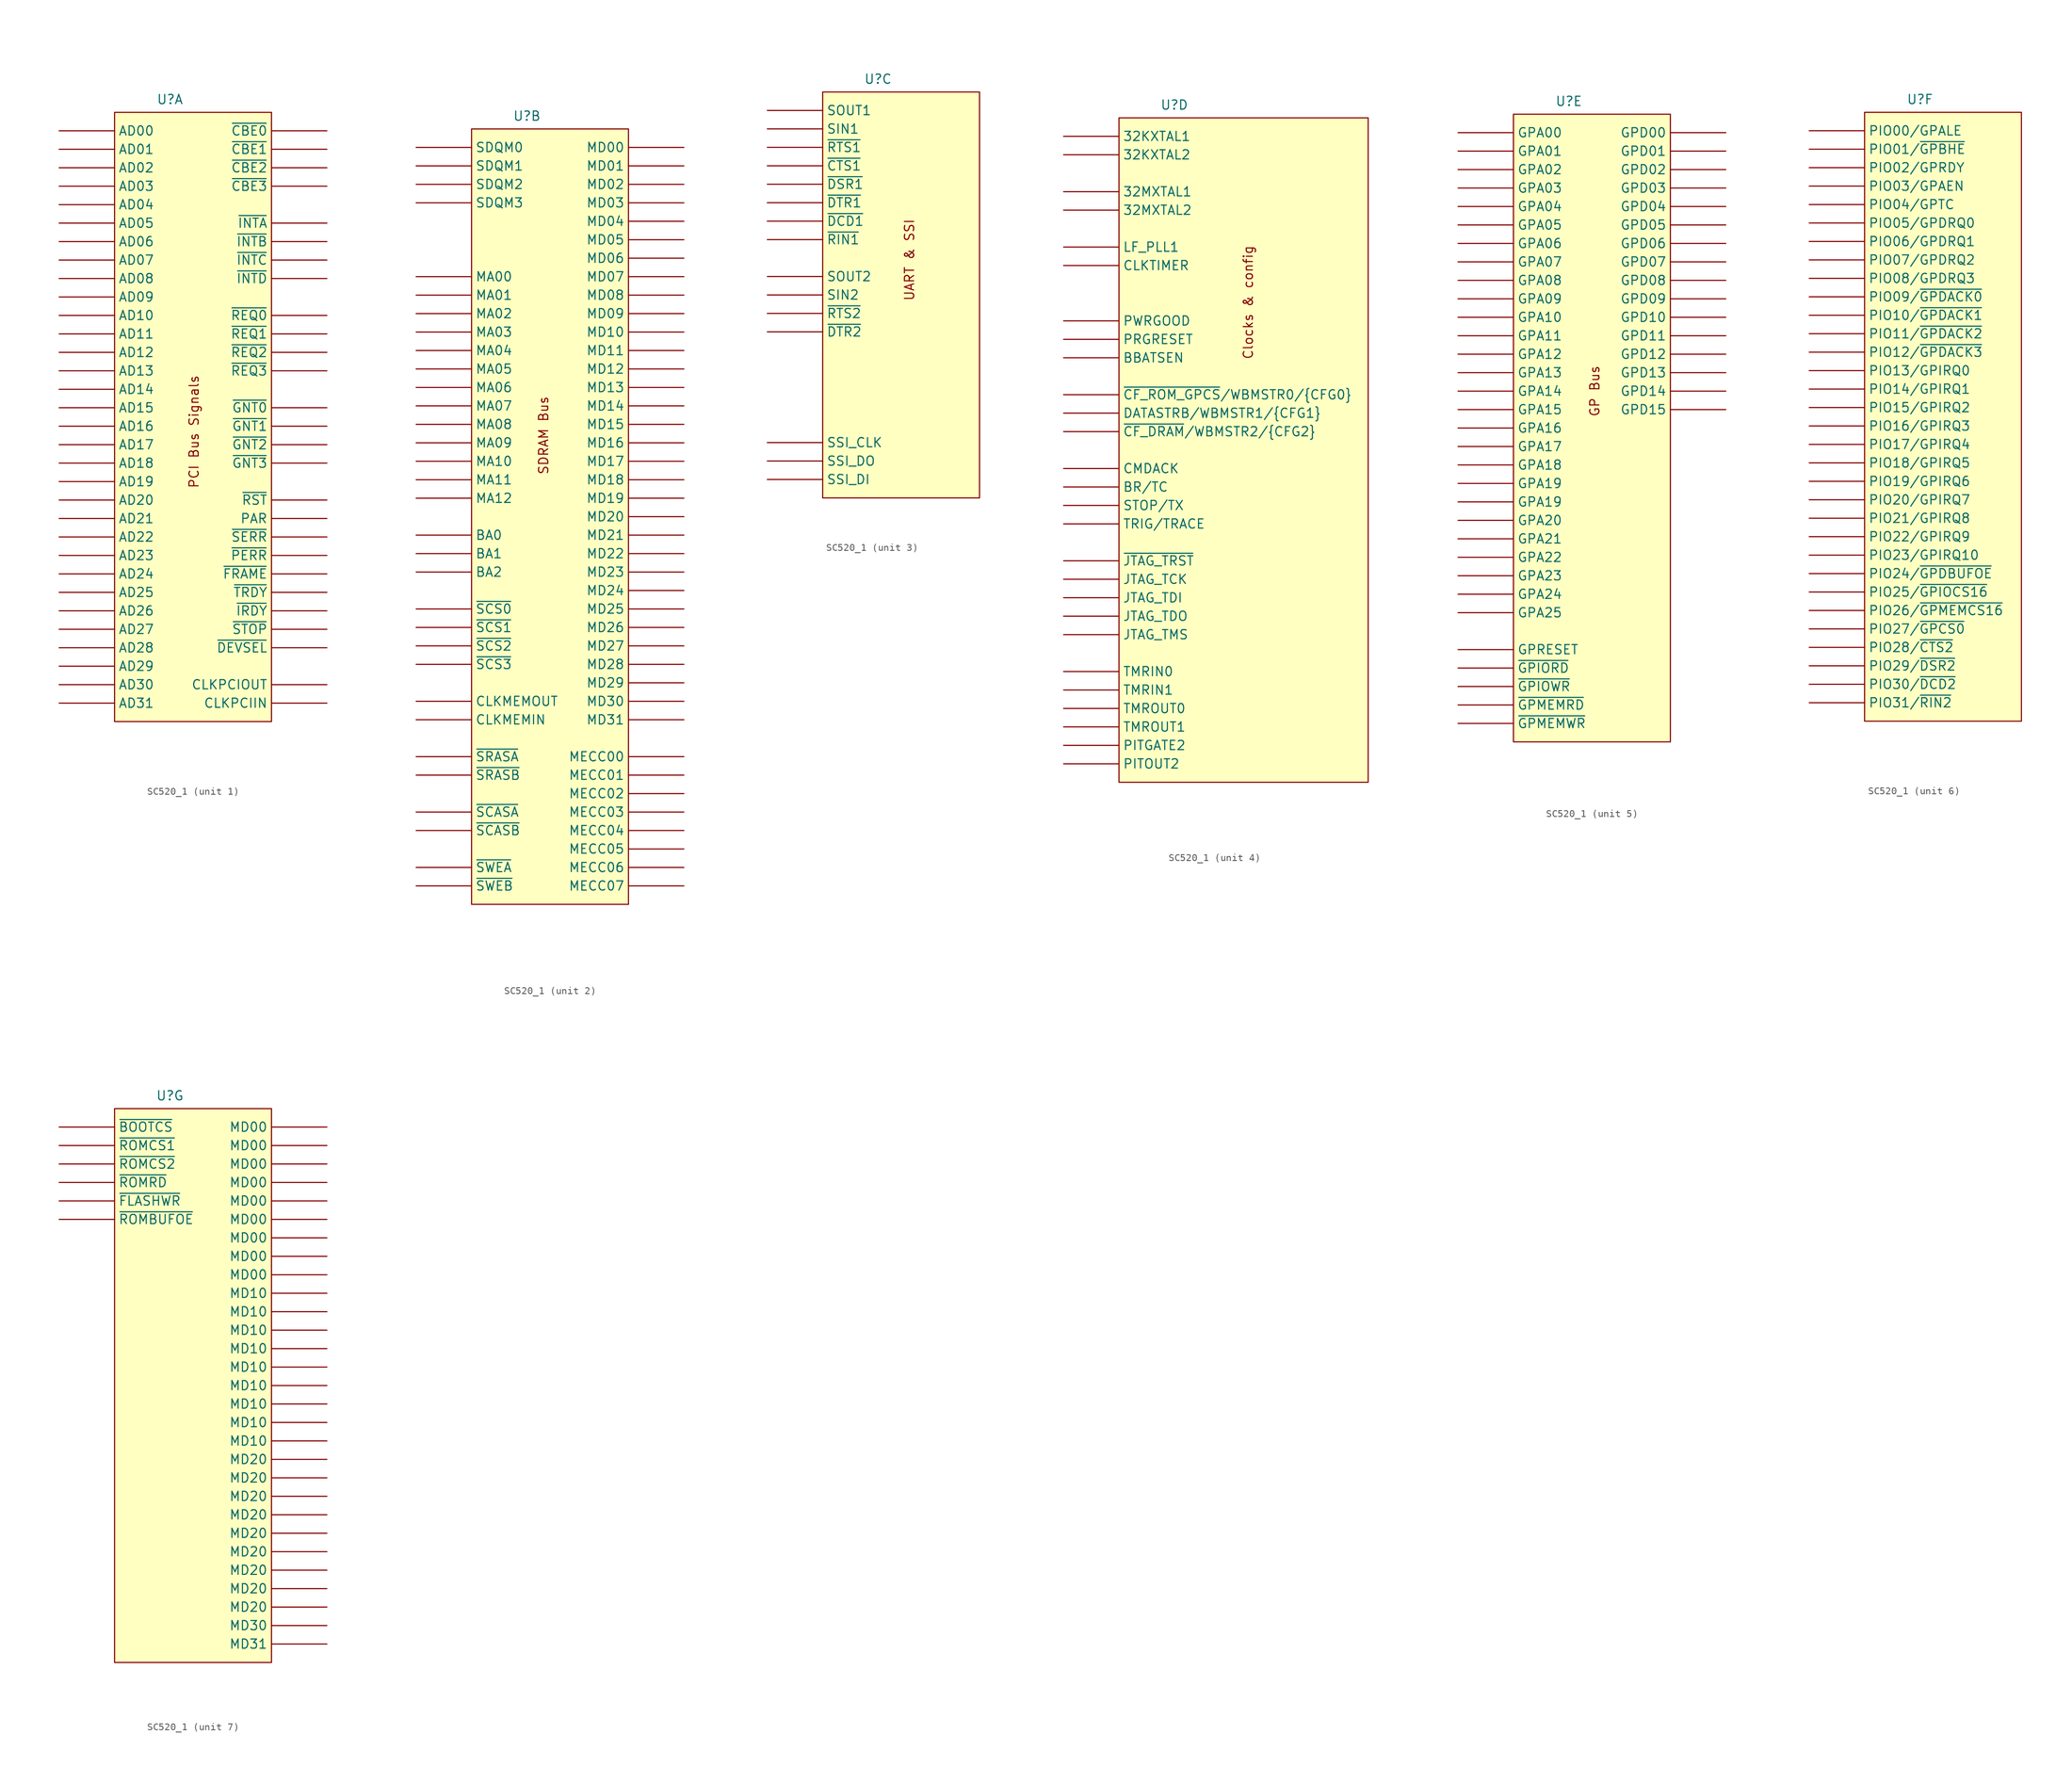
<source format=kicad_sym>
(kicad_symbol_lib
  (version 20241209)
  (generator "kicad_symbol_editor")
  (generator_version "9.0")
  (symbol "SC520_1"
    (property "Reference" "U"
      (at 0 1.778 0)
      (effects (font (size 1.27 1.27))))
    (property "Value" ""
      (at 0 0 0)
      (effects (font (size 1.27 1.27))))
    (property "ki_locked" ""
      (at 0 0 0)
      (effects (font (size 1.27 1.27))))
    (symbol "SC520_1_1_1"
      (rectangle (start -7.62 0) (end 13.97 -83.82) (stroke (width 0) (type solid)) (fill (type background)))
      (text "PCI Bus Signals" (at 3.302 -43.942 900) (effects (font (size 1.27 1.27))))
      (pin input line (at -15.24 -2.54 0) (length 7.62) (name "AD00" (effects (font (size 1.27 1.27)))) (number "" (effects (font (size 1.27 1.27)))))
      (pin input line (at -15.24 -5.08 0) (length 7.62) (name "AD01" (effects (font (size 1.27 1.27)))) (number "" (effects (font (size 1.27 1.27)))))
      (pin input line (at -15.24 -7.62 0) (length 7.62) (name "AD02" (effects (font (size 1.27 1.27)))) (number "" (effects (font (size 1.27 1.27)))))
      (pin input line (at -15.24 -10.16 0) (length 7.62) (name "AD03" (effects (font (size 1.27 1.27)))) (number "" (effects (font (size 1.27 1.27)))))
      (pin input line (at -15.24 -12.7 0) (length 7.62) (name "AD04" (effects (font (size 1.27 1.27)))) (number "" (effects (font (size 1.27 1.27)))))
      (pin input line (at -15.24 -15.24 0) (length 7.62) (name "AD05" (effects (font (size 1.27 1.27)))) (number "" (effects (font (size 1.27 1.27)))))
      (pin input line (at -15.24 -17.78 0) (length 7.62) (name "AD06" (effects (font (size 1.27 1.27)))) (number "" (effects (font (size 1.27 1.27)))))
      (pin input line (at -15.24 -20.32 0) (length 7.62) (name "AD07" (effects (font (size 1.27 1.27)))) (number "" (effects (font (size 1.27 1.27)))))
      (pin input line (at -15.24 -22.86 0) (length 7.62) (name "AD08" (effects (font (size 1.27 1.27)))) (number "" (effects (font (size 1.27 1.27)))))
      (pin input line (at -15.24 -25.4 0) (length 7.62) (name "AD09" (effects (font (size 1.27 1.27)))) (number "" (effects (font (size 1.27 1.27)))))
      (pin input line (at -15.24 -27.94 0) (length 7.62) (name "AD10" (effects (font (size 1.27 1.27)))) (number "" (effects (font (size 1.27 1.27)))))
      (pin input line (at -15.24 -30.48 0) (length 7.62) (name "AD11" (effects (font (size 1.27 1.27)))) (number "" (effects (font (size 1.27 1.27)))))
      (pin input line (at -15.24 -33.02 0) (length 7.62) (name "AD12" (effects (font (size 1.27 1.27)))) (number "" (effects (font (size 1.27 1.27)))))
      (pin input line (at -15.24 -35.56 0) (length 7.62) (name "AD13" (effects (font (size 1.27 1.27)))) (number "" (effects (font (size 1.27 1.27)))))
      (pin input line (at -15.24 -38.1 0) (length 7.62) (name "AD14" (effects (font (size 1.27 1.27)))) (number "" (effects (font (size 1.27 1.27)))))
      (pin input line (at -15.24 -40.64 0) (length 7.62) (name "AD15" (effects (font (size 1.27 1.27)))) (number "" (effects (font (size 1.27 1.27)))))
      (pin input line (at -15.24 -43.18 0) (length 7.62) (name "AD16" (effects (font (size 1.27 1.27)))) (number "" (effects (font (size 1.27 1.27)))))
      (pin input line (at -15.24 -45.72 0) (length 7.62) (name "AD17" (effects (font (size 1.27 1.27)))) (number "" (effects (font (size 1.27 1.27)))))
      (pin input line (at -15.24 -48.26 0) (length 7.62) (name "AD18" (effects (font (size 1.27 1.27)))) (number "" (effects (font (size 1.27 1.27)))))
      (pin input line (at -15.24 -50.8 0) (length 7.62) (name "AD19" (effects (font (size 1.27 1.27)))) (number "" (effects (font (size 1.27 1.27)))))
      (pin input line (at -15.24 -53.34 0) (length 7.62) (name "AD20" (effects (font (size 1.27 1.27)))) (number "" (effects (font (size 1.27 1.27)))))
      (pin input line (at -15.24 -55.88 0) (length 7.62) (name "AD21" (effects (font (size 1.27 1.27)))) (number "" (effects (font (size 1.27 1.27)))))
      (pin input line (at -15.24 -58.42 0) (length 7.62) (name "AD22" (effects (font (size 1.27 1.27)))) (number "" (effects (font (size 1.27 1.27)))))
      (pin input line (at -15.24 -60.96 0) (length 7.62) (name "AD23" (effects (font (size 1.27 1.27)))) (number "" (effects (font (size 1.27 1.27)))))
      (pin input line (at -15.24 -63.5 0) (length 7.62) (name "AD24" (effects (font (size 1.27 1.27)))) (number "" (effects (font (size 1.27 1.27)))))
      (pin input line (at -15.24 -66.04 0) (length 7.62) (name "AD25" (effects (font (size 1.27 1.27)))) (number "" (effects (font (size 1.27 1.27)))))
      (pin input line (at -15.24 -68.58 0) (length 7.62) (name "AD26" (effects (font (size 1.27 1.27)))) (number "" (effects (font (size 1.27 1.27)))))
      (pin input line (at -15.24 -71.12 0) (length 7.62) (name "AD27" (effects (font (size 1.27 1.27)))) (number "" (effects (font (size 1.27 1.27)))))
      (pin input line (at -15.24 -73.66 0) (length 7.62) (name "AD28" (effects (font (size 1.27 1.27)))) (number "" (effects (font (size 1.27 1.27)))))
      (pin input line (at -15.24 -76.2 0) (length 7.62) (name "AD29" (effects (font (size 1.27 1.27)))) (number "" (effects (font (size 1.27 1.27)))))
      (pin input line (at -15.24 -78.74 0) (length 7.62) (name "AD30" (effects (font (size 1.27 1.27)))) (number "" (effects (font (size 1.27 1.27)))))
      (pin input line (at -15.24 -81.28 0) (length 7.62) (name "AD31" (effects (font (size 1.27 1.27)))) (number "" (effects (font (size 1.27 1.27)))))
      (pin passive line (at 21.59 -2.54 180) (length 7.62) (name "~{CBE0}" (effects (font (size 1.27 1.27)))) (number "" (effects (font (size 1.27 1.27)))))
      (pin passive line (at 21.59 -5.08 180) (length 7.62) (name "~{CBE1}" (effects (font (size 1.27 1.27)))) (number "" (effects (font (size 1.27 1.27)))))
      (pin passive line (at 21.59 -7.62 180) (length 7.62) (name "~{CBE2}" (effects (font (size 1.27 1.27)))) (number "" (effects (font (size 1.27 1.27)))))
      (pin passive line (at 21.59 -10.16 180) (length 7.62) (name "~{CBE3}" (effects (font (size 1.27 1.27)))) (number "" (effects (font (size 1.27 1.27)))))
      (pin passive line (at 21.59 -15.24 180) (length 7.62) (name "~{INTA}" (effects (font (size 1.27 1.27)))) (number "" (effects (font (size 1.27 1.27)))))
      (pin passive line (at 21.59 -17.78 180) (length 7.62) (name "~{INTB}" (effects (font (size 1.27 1.27)))) (number "" (effects (font (size 1.27 1.27)))))
      (pin passive line (at 21.59 -20.32 180) (length 7.62) (name "~{INTC}" (effects (font (size 1.27 1.27)))) (number "" (effects (font (size 1.27 1.27)))))
      (pin passive line (at 21.59 -22.86 180) (length 7.62) (name "~{INTD}" (effects (font (size 1.27 1.27)))) (number "" (effects (font (size 1.27 1.27)))))
      (pin passive line (at 21.59 -27.94 180) (length 7.62) (name "~{REQ0}" (effects (font (size 1.27 1.27)))) (number "" (effects (font (size 1.27 1.27)))))
      (pin passive line (at 21.59 -30.48 180) (length 7.62) (name "~{REQ1}" (effects (font (size 1.27 1.27)))) (number "" (effects (font (size 1.27 1.27)))))
      (pin passive line (at 21.59 -33.02 180) (length 7.62) (name "~{REQ2}" (effects (font (size 1.27 1.27)))) (number "" (effects (font (size 1.27 1.27)))))
      (pin passive line (at 21.59 -35.56 180) (length 7.62) (name "~{REQ3}" (effects (font (size 1.27 1.27)))) (number "" (effects (font (size 1.27 1.27)))))
      (pin passive line (at 21.59 -40.64 180) (length 7.62) (name "~{GNT0}" (effects (font (size 1.27 1.27)))) (number "" (effects (font (size 1.27 1.27)))))
      (pin passive line (at 21.59 -43.18 180) (length 7.62) (name "~{GNT1}" (effects (font (size 1.27 1.27)))) (number "" (effects (font (size 1.27 1.27)))))
      (pin passive line (at 21.59 -45.72 180) (length 7.62) (name "~{GNT2}" (effects (font (size 1.27 1.27)))) (number "" (effects (font (size 1.27 1.27)))))
      (pin passive line (at 21.59 -48.26 180) (length 7.62) (name "~{GNT3}" (effects (font (size 1.27 1.27)))) (number "" (effects (font (size 1.27 1.27)))))
      (pin passive line (at 21.59 -53.34 180) (length 7.62) (name "~{RST}" (effects (font (size 1.27 1.27)))) (number "" (effects (font (size 1.27 1.27)))))
      (pin passive line (at 21.59 -55.88 180) (length 7.62) (name "PAR" (effects (font (size 1.27 1.27)))) (number "" (effects (font (size 1.27 1.27)))))
      (pin passive line (at 21.59 -58.42 180) (length 7.62) (name "~{SERR}" (effects (font (size 1.27 1.27)))) (number "" (effects (font (size 1.27 1.27)))))
      (pin passive line (at 21.59 -60.96 180) (length 7.62) (name "~{PERR}" (effects (font (size 1.27 1.27)))) (number "" (effects (font (size 1.27 1.27)))))
      (pin passive line (at 21.59 -63.5 180) (length 7.62) (name "~{FRAME}" (effects (font (size 1.27 1.27)))) (number "" (effects (font (size 1.27 1.27)))))
      (pin passive line (at 21.59 -66.04 180) (length 7.62) (name "~{TRDY}" (effects (font (size 1.27 1.27)))) (number "" (effects (font (size 1.27 1.27)))))
      (pin passive line (at 21.59 -68.58 180) (length 7.62) (name "~{IRDY}" (effects (font (size 1.27 1.27)))) (number "" (effects (font (size 1.27 1.27)))))
      (pin passive line (at 21.59 -71.12 180) (length 7.62) (name "~{STOP}" (effects (font (size 1.27 1.27)))) (number "" (effects (font (size 1.27 1.27)))))
      (pin passive line (at 21.59 -73.66 180) (length 7.62) (name "~{DEVSEL}" (effects (font (size 1.27 1.27)))) (number "" (effects (font (size 1.27 1.27)))))
      (pin passive line (at 21.59 -78.74 180) (length 7.62) (name "CLKPCIOUT" (effects (font (size 1.27 1.27)))) (number "" (effects (font (size 1.27 1.27)))))
      (pin passive line (at 21.59 -81.28 180) (length 7.62) (name "CLKPCIIN" (effects (font (size 1.27 1.27)))) (number "" (effects (font (size 1.27 1.27))))))
    (symbol "SC520_1_2_1"
      (rectangle (start -7.62 0) (end 13.97 -106.68) (stroke (width 0) (type solid)) (fill (type background)))
      (text "SDRAM Bus\n" (at 2.286 -42.164 900) (effects (font (size 1.27 1.27))))
      (pin passive line (at -15.24 -2.54 0) (length 7.62) (name "SDQM0" (effects (font (size 1.27 1.27)))) (number "" (effects (font (size 1.27 1.27)))))
      (pin passive line (at -15.24 -5.08 0) (length 7.62) (name "SDQM1" (effects (font (size 1.27 1.27)))) (number "" (effects (font (size 1.27 1.27)))))
      (pin passive line (at -15.24 -7.62 0) (length 7.62) (name "SDQM2" (effects (font (size 1.27 1.27)))) (number "" (effects (font (size 1.27 1.27)))))
      (pin passive line (at -15.24 -10.16 0) (length 7.62) (name "SDQM3" (effects (font (size 1.27 1.27)))) (number "" (effects (font (size 1.27 1.27)))))
      (pin passive line (at -15.24 -20.32 0) (length 7.62) (name "MA00" (effects (font (size 1.27 1.27)))) (number "" (effects (font (size 1.27 1.27)))))
      (pin passive line (at -15.24 -22.86 0) (length 7.62) (name "MA01" (effects (font (size 1.27 1.27)))) (number "" (effects (font (size 1.27 1.27)))))
      (pin passive line (at -15.24 -25.4 0) (length 7.62) (name "MA02" (effects (font (size 1.27 1.27)))) (number "" (effects (font (size 1.27 1.27)))))
      (pin passive line (at -15.24 -27.94 0) (length 7.62) (name "MA03" (effects (font (size 1.27 1.27)))) (number "" (effects (font (size 1.27 1.27)))))
      (pin passive line (at -15.24 -30.48 0) (length 7.62) (name "MA04" (effects (font (size 1.27 1.27)))) (number "" (effects (font (size 1.27 1.27)))))
      (pin passive line (at -15.24 -33.02 0) (length 7.62) (name "MA05" (effects (font (size 1.27 1.27)))) (number "" (effects (font (size 1.27 1.27)))))
      (pin passive line (at -15.24 -35.56 0) (length 7.62) (name "MA06" (effects (font (size 1.27 1.27)))) (number "" (effects (font (size 1.27 1.27)))))
      (pin passive line (at -15.24 -38.1 0) (length 7.62) (name "MA07" (effects (font (size 1.27 1.27)))) (number "" (effects (font (size 1.27 1.27)))))
      (pin passive line (at -15.24 -40.64 0) (length 7.62) (name "MA08" (effects (font (size 1.27 1.27)))) (number "" (effects (font (size 1.27 1.27)))))
      (pin passive line (at -15.24 -43.18 0) (length 7.62) (name "MA09" (effects (font (size 1.27 1.27)))) (number "" (effects (font (size 1.27 1.27)))))
      (pin passive line (at -15.24 -45.72 0) (length 7.62) (name "MA10" (effects (font (size 1.27 1.27)))) (number "" (effects (font (size 1.27 1.27)))))
      (pin passive line (at -15.24 -48.26 0) (length 7.62) (name "MA11" (effects (font (size 1.27 1.27)))) (number "" (effects (font (size 1.27 1.27)))))
      (pin passive line (at -15.24 -50.8 0) (length 7.62) (name "MA12" (effects (font (size 1.27 1.27)))) (number "" (effects (font (size 1.27 1.27)))))
      (pin passive line (at -15.24 -55.88 0) (length 7.62) (name "BA0" (effects (font (size 1.27 1.27)))) (number "" (effects (font (size 1.27 1.27)))))
      (pin passive line (at -15.24 -58.42 0) (length 7.62) (name "BA1" (effects (font (size 1.27 1.27)))) (number "" (effects (font (size 1.27 1.27)))))
      (pin passive line (at -15.24 -60.96 0) (length 7.62) (name "BA2" (effects (font (size 1.27 1.27)))) (number "" (effects (font (size 1.27 1.27)))))
      (pin passive line (at -15.24 -66.04 0) (length 7.62) (name "~{SCS0}" (effects (font (size 1.27 1.27)))) (number "" (effects (font (size 1.27 1.27)))))
      (pin passive line (at -15.24 -68.58 0) (length 7.62) (name "~{SCS1}" (effects (font (size 1.27 1.27)))) (number "" (effects (font (size 1.27 1.27)))))
      (pin passive line (at -15.24 -71.12 0) (length 7.62) (name "~{SCS2}" (effects (font (size 1.27 1.27)))) (number "" (effects (font (size 1.27 1.27)))))
      (pin passive line (at -15.24 -73.66 0) (length 7.62) (name "~{SCS3}" (effects (font (size 1.27 1.27)))) (number "" (effects (font (size 1.27 1.27)))))
      (pin passive line (at -15.24 -78.74 0) (length 7.62) (name "CLKMEMOUT" (effects (font (size 1.27 1.27)))) (number "" (effects (font (size 1.27 1.27)))))
      (pin passive line (at -15.24 -81.28 0) (length 7.62) (name "CLKMEMIN" (effects (font (size 1.27 1.27)))) (number "" (effects (font (size 1.27 1.27)))))
      (pin passive line (at -15.24 -86.36 0) (length 7.62) (name "~{SRASA}" (effects (font (size 1.27 1.27)))) (number "" (effects (font (size 1.27 1.27)))))
      (pin passive line (at -15.24 -88.9 0) (length 7.62) (name "~{SRASB}" (effects (font (size 1.27 1.27)))) (number "" (effects (font (size 1.27 1.27)))))
      (pin passive line (at -15.24 -93.98 0) (length 7.62) (name "~{SCASA}" (effects (font (size 1.27 1.27)))) (number "" (effects (font (size 1.27 1.27)))))
      (pin passive line (at -15.24 -96.52 0) (length 7.62) (name "~{SCASB}" (effects (font (size 1.27 1.27)))) (number "" (effects (font (size 1.27 1.27)))))
      (pin passive line (at -15.24 -101.6 0) (length 7.62) (name "~{SWEA}" (effects (font (size 1.27 1.27)))) (number "" (effects (font (size 1.27 1.27)))))
      (pin passive line (at -15.24 -104.14 0) (length 7.62) (name "~{SWEB}" (effects (font (size 1.27 1.27)))) (number "" (effects (font (size 1.27 1.27)))))
      (pin passive line (at 21.59 -2.54 180) (length 7.62) (name "MD00" (effects (font (size 1.27 1.27)))) (number "" (effects (font (size 1.27 1.27)))))
      (pin passive line (at 21.59 -5.08 180) (length 7.62) (name "MD01" (effects (font (size 1.27 1.27)))) (number "" (effects (font (size 1.27 1.27)))))
      (pin passive line (at 21.59 -7.62 180) (length 7.62) (name "MD02" (effects (font (size 1.27 1.27)))) (number "" (effects (font (size 1.27 1.27)))))
      (pin passive line (at 21.59 -10.16 180) (length 7.62) (name "MD03" (effects (font (size 1.27 1.27)))) (number "" (effects (font (size 1.27 1.27)))))
      (pin passive line (at 21.59 -12.7 180) (length 7.62) (name "MD04" (effects (font (size 1.27 1.27)))) (number "" (effects (font (size 1.27 1.27)))))
      (pin passive line (at 21.59 -15.24 180) (length 7.62) (name "MD05" (effects (font (size 1.27 1.27)))) (number "" (effects (font (size 1.27 1.27)))))
      (pin passive line (at 21.59 -17.78 180) (length 7.62) (name "MD06" (effects (font (size 1.27 1.27)))) (number "" (effects (font (size 1.27 1.27)))))
      (pin passive line (at 21.59 -20.32 180) (length 7.62) (name "MD07" (effects (font (size 1.27 1.27)))) (number "" (effects (font (size 1.27 1.27)))))
      (pin passive line (at 21.59 -22.86 180) (length 7.62) (name "MD08" (effects (font (size 1.27 1.27)))) (number "" (effects (font (size 1.27 1.27)))))
      (pin passive line (at 21.59 -25.4 180) (length 7.62) (name "MD09" (effects (font (size 1.27 1.27)))) (number "" (effects (font (size 1.27 1.27)))))
      (pin passive line (at 21.59 -27.94 180) (length 7.62) (name "MD10" (effects (font (size 1.27 1.27)))) (number "" (effects (font (size 1.27 1.27)))))
      (pin passive line (at 21.59 -30.48 180) (length 7.62) (name "MD11" (effects (font (size 1.27 1.27)))) (number "" (effects (font (size 1.27 1.27)))))
      (pin passive line (at 21.59 -33.02 180) (length 7.62) (name "MD12" (effects (font (size 1.27 1.27)))) (number "" (effects (font (size 1.27 1.27)))))
      (pin passive line (at 21.59 -35.56 180) (length 7.62) (name "MD13" (effects (font (size 1.27 1.27)))) (number "" (effects (font (size 1.27 1.27)))))
      (pin passive line (at 21.59 -38.1 180) (length 7.62) (name "MD14" (effects (font (size 1.27 1.27)))) (number "" (effects (font (size 1.27 1.27)))))
      (pin passive line (at 21.59 -40.64 180) (length 7.62) (name "MD15" (effects (font (size 1.27 1.27)))) (number "" (effects (font (size 1.27 1.27)))))
      (pin passive line (at 21.59 -43.18 180) (length 7.62) (name "MD16" (effects (font (size 1.27 1.27)))) (number "" (effects (font (size 1.27 1.27)))))
      (pin passive line (at 21.59 -45.72 180) (length 7.62) (name "MD17" (effects (font (size 1.27 1.27)))) (number "" (effects (font (size 1.27 1.27)))))
      (pin passive line (at 21.59 -48.26 180) (length 7.62) (name "MD18" (effects (font (size 1.27 1.27)))) (number "" (effects (font (size 1.27 1.27)))))
      (pin passive line (at 21.59 -50.8 180) (length 7.62) (name "MD19" (effects (font (size 1.27 1.27)))) (number "" (effects (font (size 1.27 1.27)))))
      (pin passive line (at 21.59 -53.34 180) (length 7.62) (name "MD20" (effects (font (size 1.27 1.27)))) (number "" (effects (font (size 1.27 1.27)))))
      (pin passive line (at 21.59 -55.88 180) (length 7.62) (name "MD21" (effects (font (size 1.27 1.27)))) (number "" (effects (font (size 1.27 1.27)))))
      (pin passive line (at 21.59 -58.42 180) (length 7.62) (name "MD22" (effects (font (size 1.27 1.27)))) (number "" (effects (font (size 1.27 1.27)))))
      (pin passive line (at 21.59 -60.96 180) (length 7.62) (name "MD23" (effects (font (size 1.27 1.27)))) (number "" (effects (font (size 1.27 1.27)))))
      (pin passive line (at 21.59 -63.5 180) (length 7.62) (name "MD24" (effects (font (size 1.27 1.27)))) (number "" (effects (font (size 1.27 1.27)))))
      (pin passive line (at 21.59 -66.04 180) (length 7.62) (name "MD25" (effects (font (size 1.27 1.27)))) (number "" (effects (font (size 1.27 1.27)))))
      (pin passive line (at 21.59 -68.58 180) (length 7.62) (name "MD26" (effects (font (size 1.27 1.27)))) (number "" (effects (font (size 1.27 1.27)))))
      (pin passive line (at 21.59 -71.12 180) (length 7.62) (name "MD27" (effects (font (size 1.27 1.27)))) (number "" (effects (font (size 1.27 1.27)))))
      (pin passive line (at 21.59 -73.66 180) (length 7.62) (name "MD28" (effects (font (size 1.27 1.27)))) (number "" (effects (font (size 1.27 1.27)))))
      (pin passive line (at 21.59 -76.2 180) (length 7.62) (name "MD29" (effects (font (size 1.27 1.27)))) (number "" (effects (font (size 1.27 1.27)))))
      (pin passive line (at 21.59 -78.74 180) (length 7.62) (name "MD30" (effects (font (size 1.27 1.27)))) (number "" (effects (font (size 1.27 1.27)))))
      (pin passive line (at 21.59 -81.28 180) (length 7.62) (name "MD31" (effects (font (size 1.27 1.27)))) (number "" (effects (font (size 1.27 1.27)))))
      (pin passive line (at 21.59 -86.36 180) (length 7.62) (name "MECC00" (effects (font (size 1.27 1.27)))) (number "" (effects (font (size 1.27 1.27)))))
      (pin passive line (at 21.59 -88.9 180) (length 7.62) (name "MECC01" (effects (font (size 1.27 1.27)))) (number "" (effects (font (size 1.27 1.27)))))
      (pin passive line (at 21.59 -91.44 180) (length 7.62) (name "MECC02" (effects (font (size 1.27 1.27)))) (number "" (effects (font (size 1.27 1.27)))))
      (pin passive line (at 21.59 -93.98 180) (length 7.62) (name "MECC03" (effects (font (size 1.27 1.27)))) (number "" (effects (font (size 1.27 1.27)))))
      (pin passive line (at 21.59 -96.52 180) (length 7.62) (name "MECC04" (effects (font (size 1.27 1.27)))) (number "" (effects (font (size 1.27 1.27)))))
      (pin passive line (at 21.59 -99.06 180) (length 7.62) (name "MECC05" (effects (font (size 1.27 1.27)))) (number "" (effects (font (size 1.27 1.27)))))
      (pin passive line (at 21.59 -101.6 180) (length 7.62) (name "MECC06" (effects (font (size 1.27 1.27)))) (number "" (effects (font (size 1.27 1.27)))))
      (pin passive line (at 21.59 -104.14 180) (length 7.62) (name "MECC07" (effects (font (size 1.27 1.27)))) (number "" (effects (font (size 1.27 1.27))))))
    (symbol "SC520_1_3_1"
      (rectangle (start -7.62 0) (end 13.97 -55.88) (stroke (width 0) (type solid)) (fill (type background)))
      (text "UART & SSI" (at 4.318 -23.114 900) (effects (font (size 1.27 1.27))))
      (pin passive line (at -15.24 -2.54 0) (length 7.62) (name "SOUT1" (effects (font (size 1.27 1.27)))) (number "" (effects (font (size 1.27 1.27)))))
      (pin passive line (at -15.24 -5.08 0) (length 7.62) (name "SIN1" (effects (font (size 1.27 1.27)))) (number "" (effects (font (size 1.27 1.27)))))
      (pin passive line (at -15.24 -7.62 0) (length 7.62) (name "~{RTS1}" (effects (font (size 1.27 1.27)))) (number "" (effects (font (size 1.27 1.27)))))
      (pin passive line (at -15.24 -10.16 0) (length 7.62) (name "~{CTS1}" (effects (font (size 1.27 1.27)))) (number "" (effects (font (size 1.27 1.27)))))
      (pin passive line (at -15.24 -12.7 0) (length 7.62) (name "~{DSR1}" (effects (font (size 1.27 1.27)))) (number "" (effects (font (size 1.27 1.27)))))
      (pin passive line (at -15.24 -15.24 0) (length 7.62) (name "~{DTR1}" (effects (font (size 1.27 1.27)))) (number "" (effects (font (size 1.27 1.27)))))
      (pin passive line (at -15.24 -17.78 0) (length 7.62) (name "~{DCD1}" (effects (font (size 1.27 1.27)))) (number "" (effects (font (size 1.27 1.27)))))
      (pin passive line (at -15.24 -20.32 0) (length 7.62) (name "~{RIN1}" (effects (font (size 1.27 1.27)))) (number "" (effects (font (size 1.27 1.27)))))
      (pin passive line (at -15.24 -25.4 0) (length 7.62) (name "SOUT2" (effects (font (size 1.27 1.27)))) (number "" (effects (font (size 1.27 1.27)))))
      (pin passive line (at -15.24 -27.94 0) (length 7.62) (name "SIN2" (effects (font (size 1.27 1.27)))) (number "" (effects (font (size 1.27 1.27)))))
      (pin passive line (at -15.24 -30.48 0) (length 7.62) (name "~{RTS2}" (effects (font (size 1.27 1.27)))) (number "" (effects (font (size 1.27 1.27)))))
      (pin passive line (at -15.24 -33.02 0) (length 7.62) (name "~{DTR2}" (effects (font (size 1.27 1.27)))) (number "" (effects (font (size 1.27 1.27)))))
      (pin passive line (at -15.24 -48.26 0) (length 7.62) (name "SSI_CLK" (effects (font (size 1.27 1.27)))) (number "" (effects (font (size 1.27 1.27)))))
      (pin passive line (at -15.24 -50.8 0) (length 7.62) (name "SSI_DO" (effects (font (size 1.27 1.27)))) (number "" (effects (font (size 1.27 1.27)))))
      (pin passive line (at -15.24 -53.34 0) (length 7.62) (name "SSI_DI" (effects (font (size 1.27 1.27)))) (number "" (effects (font (size 1.27 1.27))))))
    (symbol "SC520_1_4_1"
      (rectangle (start -7.62 0) (end 26.67 -91.44) (stroke (width 0) (type solid)) (fill (type background)))
      (text "Clocks & config" (at 10.16 -25.4 900) (effects (font (size 1.27 1.27))))
      (pin passive line (at -15.24 -2.54 0) (length 7.62) (name "32KXTAL1" (effects (font (size 1.27 1.27)))) (number "" (effects (font (size 1.27 1.27)))))
      (pin passive line (at -15.24 -5.08 0) (length 7.62) (name "32KXTAL2" (effects (font (size 1.27 1.27)))) (number "" (effects (font (size 1.27 1.27)))))
      (pin passive line (at -15.24 -10.16 0) (length 7.62) (name "32MXTAL1" (effects (font (size 1.27 1.27)))) (number "" (effects (font (size 1.27 1.27)))))
      (pin passive line (at -15.24 -12.7 0) (length 7.62) (name "32MXTAL2" (effects (font (size 1.27 1.27)))) (number "" (effects (font (size 1.27 1.27)))))
      (pin passive line (at -15.24 -17.78 0) (length 7.62) (name "LF_PLL1" (effects (font (size 1.27 1.27)))) (number "" (effects (font (size 1.27 1.27)))))
      (pin passive line (at -15.24 -20.32 0) (length 7.62) (name "CLKTIMER" (effects (font (size 1.27 1.27)))) (number "" (effects (font (size 1.27 1.27)))))
      (pin passive line (at -15.24 -27.94 0) (length 7.62) (name "PWRGOOD" (effects (font (size 1.27 1.27)))) (number "" (effects (font (size 1.27 1.27)))))
      (pin passive line (at -15.24 -30.48 0) (length 7.62) (name "PRGRESET" (effects (font (size 1.27 1.27)))) (number "" (effects (font (size 1.27 1.27)))))
      (pin passive line (at -15.24 -33.02 0) (length 7.62) (name "BBATSEN" (effects (font (size 1.27 1.27)))) (number "" (effects (font (size 1.27 1.27)))))
      (pin passive line (at -15.24 -38.1 0) (length 7.62) (name "~{CF_ROM_GPCS}/WBMSTR0/{CFG0}" (effects (font (size 1.27 1.27)))) (number "" (effects (font (size 1.27 1.27)))))
      (pin passive line (at -15.24 -40.64 0) (length 7.62) (name "DATASTRB/WBMSTR1/{CFG1}" (effects (font (size 1.27 1.27)))) (number "" (effects (font (size 1.27 1.27)))))
      (pin passive line (at -15.24 -43.18 0) (length 7.62) (name "~{CF_DRAM}/WBMSTR2/{CFG2}" (effects (font (size 1.27 1.27)))) (number "" (effects (font (size 1.27 1.27)))))
      (pin passive line (at -15.24 -48.26 0) (length 7.62) (name "CMDACK" (effects (font (size 1.27 1.27)))) (number "" (effects (font (size 1.27 1.27)))))
      (pin passive line (at -15.24 -50.8 0) (length 7.62) (name "BR/TC" (effects (font (size 1.27 1.27)))) (number "" (effects (font (size 1.27 1.27)))))
      (pin passive line (at -15.24 -53.34 0) (length 7.62) (name "STOP/TX" (effects (font (size 1.27 1.27)))) (number "" (effects (font (size 1.27 1.27)))))
      (pin passive line (at -15.24 -55.88 0) (length 7.62) (name "TRIG/TRACE" (effects (font (size 1.27 1.27)))) (number "" (effects (font (size 1.27 1.27)))))
      (pin passive line (at -15.24 -60.96 0) (length 7.62) (name "~{JTAG_TRST}" (effects (font (size 1.27 1.27)))) (number "" (effects (font (size 1.27 1.27)))))
      (pin passive line (at -15.24 -63.5 0) (length 7.62) (name "JTAG_TCK" (effects (font (size 1.27 1.27)))) (number "" (effects (font (size 1.27 1.27)))))
      (pin passive line (at -15.24 -66.04 0) (length 7.62) (name "JTAG_TDI" (effects (font (size 1.27 1.27)))) (number "" (effects (font (size 1.27 1.27)))))
      (pin passive line (at -15.24 -68.58 0) (length 7.62) (name "JTAG_TDO" (effects (font (size 1.27 1.27)))) (number "" (effects (font (size 1.27 1.27)))))
      (pin passive line (at -15.24 -71.12 0) (length 7.62) (name "JTAG_TMS" (effects (font (size 1.27 1.27)))) (number "" (effects (font (size 1.27 1.27)))))
      (pin passive line (at -15.24 -76.2 0) (length 7.62) (name "TMRIN0" (effects (font (size 1.27 1.27)))) (number "" (effects (font (size 1.27 1.27)))))
      (pin passive line (at -15.24 -78.74 0) (length 7.62) (name "TMRIN1" (effects (font (size 1.27 1.27)))) (number "" (effects (font (size 1.27 1.27)))))
      (pin passive line (at -15.24 -81.28 0) (length 7.62) (name "TMROUT0" (effects (font (size 1.27 1.27)))) (number "" (effects (font (size 1.27 1.27)))))
      (pin passive line (at -15.24 -83.82 0) (length 7.62) (name "TMROUT1" (effects (font (size 1.27 1.27)))) (number "" (effects (font (size 1.27 1.27)))))
      (pin passive line (at -15.24 -86.36 0) (length 7.62) (name "PITGATE2" (effects (font (size 1.27 1.27)))) (number "" (effects (font (size 1.27 1.27)))))
      (pin passive line (at -15.24 -88.9 0) (length 7.62) (name "PITOUT2" (effects (font (size 1.27 1.27)))) (number "" (effects (font (size 1.27 1.27))))))
    (symbol "SC520_1_5_1"
      (rectangle (start -7.62 0) (end 13.97 -86.36) (stroke (width 0) (type solid)) (fill (type background)))
      (text "GP Bus" (at 3.556 -38.1 900) (effects (font (size 1.27 1.27))))
      (pin passive line (at -15.24 -2.54 0) (length 7.62) (name "GPA00" (effects (font (size 1.27 1.27)))) (number "" (effects (font (size 1.27 1.27)))))
      (pin passive line (at -15.24 -5.08 0) (length 7.62) (name "GPA01" (effects (font (size 1.27 1.27)))) (number "" (effects (font (size 1.27 1.27)))))
      (pin passive line (at -15.24 -7.62 0) (length 7.62) (name "GPA02" (effects (font (size 1.27 1.27)))) (number "" (effects (font (size 1.27 1.27)))))
      (pin passive line (at -15.24 -10.16 0) (length 7.62) (name "GPA03" (effects (font (size 1.27 1.27)))) (number "" (effects (font (size 1.27 1.27)))))
      (pin passive line (at -15.24 -12.7 0) (length 7.62) (name "GPA04" (effects (font (size 1.27 1.27)))) (number "" (effects (font (size 1.27 1.27)))))
      (pin passive line (at -15.24 -15.24 0) (length 7.62) (name "GPA05" (effects (font (size 1.27 1.27)))) (number "" (effects (font (size 1.27 1.27)))))
      (pin passive line (at -15.24 -17.78 0) (length 7.62) (name "GPA06" (effects (font (size 1.27 1.27)))) (number "" (effects (font (size 1.27 1.27)))))
      (pin passive line (at -15.24 -20.32 0) (length 7.62) (name "GPA07" (effects (font (size 1.27 1.27)))) (number "" (effects (font (size 1.27 1.27)))))
      (pin passive line (at -15.24 -22.86 0) (length 7.62) (name "GPA08" (effects (font (size 1.27 1.27)))) (number "" (effects (font (size 1.27 1.27)))))
      (pin passive line (at -15.24 -25.4 0) (length 7.62) (name "GPA09" (effects (font (size 1.27 1.27)))) (number "" (effects (font (size 1.27 1.27)))))
      (pin passive line (at -15.24 -27.94 0) (length 7.62) (name "GPA10" (effects (font (size 1.27 1.27)))) (number "" (effects (font (size 1.27 1.27)))))
      (pin passive line (at -15.24 -30.48 0) (length 7.62) (name "GPA11" (effects (font (size 1.27 1.27)))) (number "" (effects (font (size 1.27 1.27)))))
      (pin passive line (at -15.24 -33.02 0) (length 7.62) (name "GPA12" (effects (font (size 1.27 1.27)))) (number "" (effects (font (size 1.27 1.27)))))
      (pin passive line (at -15.24 -35.56 0) (length 7.62) (name "GPA13" (effects (font (size 1.27 1.27)))) (number "" (effects (font (size 1.27 1.27)))))
      (pin passive line (at -15.24 -38.1 0) (length 7.62) (name "GPA14" (effects (font (size 1.27 1.27)))) (number "" (effects (font (size 1.27 1.27)))))
      (pin passive line (at -15.24 -40.64 0) (length 7.62) (name "GPA15" (effects (font (size 1.27 1.27)))) (number "" (effects (font (size 1.27 1.27)))))
      (pin passive line (at -15.24 -43.18 0) (length 7.62) (name "GPA16" (effects (font (size 1.27 1.27)))) (number "" (effects (font (size 1.27 1.27)))))
      (pin passive line (at -15.24 -45.72 0) (length 7.62) (name "GPA17" (effects (font (size 1.27 1.27)))) (number "" (effects (font (size 1.27 1.27)))))
      (pin passive line (at -15.24 -48.26 0) (length 7.62) (name "GPA18" (effects (font (size 1.27 1.27)))) (number "" (effects (font (size 1.27 1.27)))))
      (pin passive line (at -15.24 -50.8 0) (length 7.62) (name "GPA19" (effects (font (size 1.27 1.27)))) (number "" (effects (font (size 1.27 1.27)))))
      (pin passive line (at -15.24 -53.34 0) (length 7.62) (name "GPA19" (effects (font (size 1.27 1.27)))) (number "" (effects (font (size 1.27 1.27)))))
      (pin passive line (at -15.24 -55.88 0) (length 7.62) (name "GPA20" (effects (font (size 1.27 1.27)))) (number "" (effects (font (size 1.27 1.27)))))
      (pin passive line (at -15.24 -58.42 0) (length 7.62) (name "GPA21" (effects (font (size 1.27 1.27)))) (number "" (effects (font (size 1.27 1.27)))))
      (pin passive line (at -15.24 -60.96 0) (length 7.62) (name "GPA22" (effects (font (size 1.27 1.27)))) (number "" (effects (font (size 1.27 1.27)))))
      (pin passive line (at -15.24 -63.5 0) (length 7.62) (name "GPA23" (effects (font (size 1.27 1.27)))) (number "" (effects (font (size 1.27 1.27)))))
      (pin passive line (at -15.24 -66.04 0) (length 7.62) (name "GPA24" (effects (font (size 1.27 1.27)))) (number "" (effects (font (size 1.27 1.27)))))
      (pin passive line (at -15.24 -68.58 0) (length 7.62) (name "GPA25" (effects (font (size 1.27 1.27)))) (number "" (effects (font (size 1.27 1.27)))))
      (pin passive line (at -15.24 -73.66 0) (length 7.62) (name "GPRESET" (effects (font (size 1.27 1.27)))) (number "" (effects (font (size 1.27 1.27)))))
      (pin passive line (at -15.24 -76.2 0) (length 7.62) (name "~{GPIORD}" (effects (font (size 1.27 1.27)))) (number "" (effects (font (size 1.27 1.27)))))
      (pin passive line (at -15.24 -78.74 0) (length 7.62) (name "~{GPIOWR}" (effects (font (size 1.27 1.27)))) (number "" (effects (font (size 1.27 1.27)))))
      (pin passive line (at -15.24 -81.28 0) (length 7.62) (name "~{GPMEMRD}" (effects (font (size 1.27 1.27)))) (number "" (effects (font (size 1.27 1.27)))))
      (pin passive line (at -15.24 -83.82 0) (length 7.62) (name "~{GPMEMWR}" (effects (font (size 1.27 1.27)))) (number "" (effects (font (size 1.27 1.27)))))
      (pin passive line (at 21.59 -2.54 180) (length 7.62) (name "GPD00" (effects (font (size 1.27 1.27)))) (number "" (effects (font (size 1.27 1.27)))))
      (pin passive line (at 21.59 -5.08 180) (length 7.62) (name "GPD01" (effects (font (size 1.27 1.27)))) (number "" (effects (font (size 1.27 1.27)))))
      (pin passive line (at 21.59 -7.62 180) (length 7.62) (name "GPD02" (effects (font (size 1.27 1.27)))) (number "" (effects (font (size 1.27 1.27)))))
      (pin passive line (at 21.59 -10.16 180) (length 7.62) (name "GPD03" (effects (font (size 1.27 1.27)))) (number "" (effects (font (size 1.27 1.27)))))
      (pin passive line (at 21.59 -12.7 180) (length 7.62) (name "GPD04" (effects (font (size 1.27 1.27)))) (number "" (effects (font (size 1.27 1.27)))))
      (pin passive line (at 21.59 -15.24 180) (length 7.62) (name "GPD05" (effects (font (size 1.27 1.27)))) (number "" (effects (font (size 1.27 1.27)))))
      (pin passive line (at 21.59 -17.78 180) (length 7.62) (name "GPD06" (effects (font (size 1.27 1.27)))) (number "" (effects (font (size 1.27 1.27)))))
      (pin passive line (at 21.59 -20.32 180) (length 7.62) (name "GPD07" (effects (font (size 1.27 1.27)))) (number "" (effects (font (size 1.27 1.27)))))
      (pin passive line (at 21.59 -22.86 180) (length 7.62) (name "GPD08" (effects (font (size 1.27 1.27)))) (number "" (effects (font (size 1.27 1.27)))))
      (pin passive line (at 21.59 -25.4 180) (length 7.62) (name "GPD09" (effects (font (size 1.27 1.27)))) (number "" (effects (font (size 1.27 1.27)))))
      (pin passive line (at 21.59 -27.94 180) (length 7.62) (name "GPD10" (effects (font (size 1.27 1.27)))) (number "" (effects (font (size 1.27 1.27)))))
      (pin passive line (at 21.59 -30.48 180) (length 7.62) (name "GPD11" (effects (font (size 1.27 1.27)))) (number "" (effects (font (size 1.27 1.27)))))
      (pin passive line (at 21.59 -33.02 180) (length 7.62) (name "GPD12" (effects (font (size 1.27 1.27)))) (number "" (effects (font (size 1.27 1.27)))))
      (pin passive line (at 21.59 -35.56 180) (length 7.62) (name "GPD13" (effects (font (size 1.27 1.27)))) (number "" (effects (font (size 1.27 1.27)))))
      (pin passive line (at 21.59 -38.1 180) (length 7.62) (name "GPD14" (effects (font (size 1.27 1.27)))) (number "" (effects (font (size 1.27 1.27)))))
      (pin passive line (at 21.59 -40.64 180) (length 7.62) (name "GPD15" (effects (font (size 1.27 1.27)))) (number "" (effects (font (size 1.27 1.27))))))
    (symbol "SC520_1_6_1"
      (rectangle (start -7.62 0) (end 13.97 -83.82) (stroke (width 0) (type solid)) (fill (type background)))
      (pin passive line (at -15.24 -2.54 0) (length 7.62) (name "PIO00/GPALE" (effects (font (size 1.27 1.27)))) (number "" (effects (font (size 1.27 1.27)))))
      (pin passive line (at -15.24 -5.08 0) (length 7.62) (name "PIO01/~{GPBHE}" (effects (font (size 1.27 1.27)))) (number "" (effects (font (size 1.27 1.27)))))
      (pin passive line (at -15.24 -7.62 0) (length 7.62) (name "PIO02/GPRDY" (effects (font (size 1.27 1.27)))) (number "" (effects (font (size 1.27 1.27)))))
      (pin passive line (at -15.24 -10.16 0) (length 7.62) (name "PIO03/GPAEN" (effects (font (size 1.27 1.27)))) (number "" (effects (font (size 1.27 1.27)))))
      (pin passive line (at -15.24 -12.7 0) (length 7.62) (name "PIO04/GPTC" (effects (font (size 1.27 1.27)))) (number "" (effects (font (size 1.27 1.27)))))
      (pin passive line (at -15.24 -15.24 0) (length 7.62) (name "PIO05/GPDRQ0" (effects (font (size 1.27 1.27)))) (number "" (effects (font (size 1.27 1.27)))))
      (pin passive line (at -15.24 -17.78 0) (length 7.62) (name "PIO06/GPDRQ1" (effects (font (size 1.27 1.27)))) (number "" (effects (font (size 1.27 1.27)))))
      (pin passive line (at -15.24 -20.32 0) (length 7.62) (name "PIO07/GPDRQ2" (effects (font (size 1.27 1.27)))) (number "" (effects (font (size 1.27 1.27)))))
      (pin passive line (at -15.24 -22.86 0) (length 7.62) (name "PIO08/GPDRQ3" (effects (font (size 1.27 1.27)))) (number "" (effects (font (size 1.27 1.27)))))
      (pin passive line (at -15.24 -25.4 0) (length 7.62) (name "PIO09/~{GPDACK0}" (effects (font (size 1.27 1.27)))) (number "" (effects (font (size 1.27 1.27)))))
      (pin passive line (at -15.24 -27.94 0) (length 7.62) (name "PIO10/~{GPDACK1}" (effects (font (size 1.27 1.27)))) (number "" (effects (font (size 1.27 1.27)))))
      (pin passive line (at -15.24 -30.48 0) (length 7.62) (name "PIO11/~{GPDACK2}" (effects (font (size 1.27 1.27)))) (number "" (effects (font (size 1.27 1.27)))))
      (pin passive line (at -15.24 -33.02 0) (length 7.62) (name "PIO12/~{GPDACK3}" (effects (font (size 1.27 1.27)))) (number "" (effects (font (size 1.27 1.27)))))
      (pin passive line (at -15.24 -35.56 0) (length 7.62) (name "PIO13/GPIRQ0" (effects (font (size 1.27 1.27)))) (number "" (effects (font (size 1.27 1.27)))))
      (pin passive line (at -15.24 -38.1 0) (length 7.62) (name "PIO14/GPIRQ1" (effects (font (size 1.27 1.27)))) (number "" (effects (font (size 1.27 1.27)))))
      (pin passive line (at -15.24 -40.64 0) (length 7.62) (name "PIO15/GPIRQ2" (effects (font (size 1.27 1.27)))) (number "" (effects (font (size 1.27 1.27)))))
      (pin passive line (at -15.24 -43.18 0) (length 7.62) (name "PIO16/GPIRQ3" (effects (font (size 1.27 1.27)))) (number "" (effects (font (size 1.27 1.27)))))
      (pin passive line (at -15.24 -45.72 0) (length 7.62) (name "PIO17/GPIRQ4" (effects (font (size 1.27 1.27)))) (number "" (effects (font (size 1.27 1.27)))))
      (pin passive line (at -15.24 -48.26 0) (length 7.62) (name "PIO18/GPIRQ5" (effects (font (size 1.27 1.27)))) (number "" (effects (font (size 1.27 1.27)))))
      (pin passive line (at -15.24 -50.8 0) (length 7.62) (name "PIO19/GPIRQ6" (effects (font (size 1.27 1.27)))) (number "" (effects (font (size 1.27 1.27)))))
      (pin passive line (at -15.24 -53.34 0) (length 7.62) (name "PIO20/GPIRQ7" (effects (font (size 1.27 1.27)))) (number "" (effects (font (size 1.27 1.27)))))
      (pin passive line (at -15.24 -55.88 0) (length 7.62) (name "PIO21/GPIRQ8" (effects (font (size 1.27 1.27)))) (number "" (effects (font (size 1.27 1.27)))))
      (pin passive line (at -15.24 -58.42 0) (length 7.62) (name "PIO22/GPIRQ9" (effects (font (size 1.27 1.27)))) (number "" (effects (font (size 1.27 1.27)))))
      (pin passive line (at -15.24 -60.96 0) (length 7.62) (name "PIO23/GPIRQ10" (effects (font (size 1.27 1.27)))) (number "" (effects (font (size 1.27 1.27)))))
      (pin passive line (at -15.24 -63.5 0) (length 7.62) (name "PIO24/~{GPDBUFOE}" (effects (font (size 1.27 1.27)))) (number "" (effects (font (size 1.27 1.27)))))
      (pin passive line (at -15.24 -66.04 0) (length 7.62) (name "PIO25/~{GPIOCS16}" (effects (font (size 1.27 1.27)))) (number "" (effects (font (size 1.27 1.27)))))
      (pin passive line (at -15.24 -68.58 0) (length 7.62) (name "PIO26/~{GPMEMCS16}" (effects (font (size 1.27 1.27)))) (number "" (effects (font (size 1.27 1.27)))))
      (pin passive line (at -15.24 -71.12 0) (length 7.62) (name "PIO27/~{GPCS0}" (effects (font (size 1.27 1.27)))) (number "" (effects (font (size 1.27 1.27)))))
      (pin passive line (at -15.24 -73.66 0) (length 7.62) (name "PIO28/~{CTS2}" (effects (font (size 1.27 1.27)))) (number "" (effects (font (size 1.27 1.27)))))
      (pin passive line (at -15.24 -76.2 0) (length 7.62) (name "PIO29/~{DSR2}" (effects (font (size 1.27 1.27)))) (number "" (effects (font (size 1.27 1.27)))))
      (pin passive line (at -15.24 -78.74 0) (length 7.62) (name "PIO30/~{DCD2}" (effects (font (size 1.27 1.27)))) (number "" (effects (font (size 1.27 1.27)))))
      (pin passive line (at -15.24 -81.28 0) (length 7.62) (name "PIO31/~{RIN2}" (effects (font (size 1.27 1.27)))) (number "" (effects (font (size 1.27 1.27))))))
    (symbol "SC520_1_7_1"
      (rectangle (start -7.62 0) (end 13.97 -76.2) (stroke (width 0) (type solid)) (fill (type background)))
      (pin passive line (at -15.24 -2.54 0) (length 7.62) (name "~{BOOTCS}" (effects (font (size 1.27 1.27)))) (number "" (effects (font (size 1.27 1.27)))))
      (pin passive line (at -15.24 -5.08 0) (length 7.62) (name "~{ROMCS1}" (effects (font (size 1.27 1.27)))) (number "" (effects (font (size 1.27 1.27)))))
      (pin passive line (at -15.24 -7.62 0) (length 7.62) (name "~{ROMCS2}" (effects (font (size 1.27 1.27)))) (number "" (effects (font (size 1.27 1.27)))))
      (pin passive line (at -15.24 -10.16 0) (length 7.62) (name "~{ROMRD}" (effects (font (size 1.27 1.27)))) (number "" (effects (font (size 1.27 1.27)))))
      (pin passive line (at -15.24 -12.7 0) (length 7.62) (name "~{FLASHWR}" (effects (font (size 1.27 1.27)))) (number "" (effects (font (size 1.27 1.27)))))
      (pin passive line (at -15.24 -15.24 0) (length 7.62) (name "~{ROMBUFOE}" (effects (font (size 1.27 1.27)))) (number "" (effects (font (size 1.27 1.27)))))
      (pin passive line (at 21.59 -2.54 180) (length 7.62) (name "MD00" (effects (font (size 1.27 1.27)))) (number "" (effects (font (size 1.27 1.27)))))
      (pin passive line (at 21.59 -5.08 180) (length 7.62) (name "MD00" (effects (font (size 1.27 1.27)))) (number "" (effects (font (size 1.27 1.27)))))
      (pin passive line (at 21.59 -7.62 180) (length 7.62) (name "MD00" (effects (font (size 1.27 1.27)))) (number "" (effects (font (size 1.27 1.27)))))
      (pin passive line (at 21.59 -10.16 180) (length 7.62) (name "MD00" (effects (font (size 1.27 1.27)))) (number "" (effects (font (size 1.27 1.27)))))
      (pin passive line (at 21.59 -12.7 180) (length 7.62) (name "MD00" (effects (font (size 1.27 1.27)))) (number "" (effects (font (size 1.27 1.27)))))
      (pin passive line (at 21.59 -15.24 180) (length 7.62) (name "MD00" (effects (font (size 1.27 1.27)))) (number "" (effects (font (size 1.27 1.27)))))
      (pin passive line (at 21.59 -17.78 180) (length 7.62) (name "MD00" (effects (font (size 1.27 1.27)))) (number "" (effects (font (size 1.27 1.27)))))
      (pin passive line (at 21.59 -20.32 180) (length 7.62) (name "MD00" (effects (font (size 1.27 1.27)))) (number "" (effects (font (size 1.27 1.27)))))
      (pin passive line (at 21.59 -22.86 180) (length 7.62) (name "MD00" (effects (font (size 1.27 1.27)))) (number "" (effects (font (size 1.27 1.27)))))
      (pin passive line (at 21.59 -25.4 180) (length 7.62) (name "MD10" (effects (font (size 1.27 1.27)))) (number "" (effects (font (size 1.27 1.27)))))
      (pin passive line (at 21.59 -27.94 180) (length 7.62) (name "MD10" (effects (font (size 1.27 1.27)))) (number "" (effects (font (size 1.27 1.27)))))
      (pin passive line (at 21.59 -30.48 180) (length 7.62) (name "MD10" (effects (font (size 1.27 1.27)))) (number "" (effects (font (size 1.27 1.27)))))
      (pin passive line (at 21.59 -33.02 180) (length 7.62) (name "MD10" (effects (font (size 1.27 1.27)))) (number "" (effects (font (size 1.27 1.27)))))
      (pin passive line (at 21.59 -35.56 180) (length 7.62) (name "MD10" (effects (font (size 1.27 1.27)))) (number "" (effects (font (size 1.27 1.27)))))
      (pin passive line (at 21.59 -38.1 180) (length 7.62) (name "MD10" (effects (font (size 1.27 1.27)))) (number "" (effects (font (size 1.27 1.27)))))
      (pin passive line (at 21.59 -40.64 180) (length 7.62) (name "MD10" (effects (font (size 1.27 1.27)))) (number "" (effects (font (size 1.27 1.27)))))
      (pin passive line (at 21.59 -43.18 180) (length 7.62) (name "MD10" (effects (font (size 1.27 1.27)))) (number "" (effects (font (size 1.27 1.27)))))
      (pin passive line (at 21.59 -45.72 180) (length 7.62) (name "MD10" (effects (font (size 1.27 1.27)))) (number "" (effects (font (size 1.27 1.27)))))
      (pin passive line (at 21.59 -48.26 180) (length 7.62) (name "MD20" (effects (font (size 1.27 1.27)))) (number "" (effects (font (size 1.27 1.27)))))
      (pin passive line (at 21.59 -50.8 180) (length 7.62) (name "MD20" (effects (font (size 1.27 1.27)))) (number "" (effects (font (size 1.27 1.27)))))
      (pin passive line (at 21.59 -53.34 180) (length 7.62) (name "MD20" (effects (font (size 1.27 1.27)))) (number "" (effects (font (size 1.27 1.27)))))
      (pin passive line (at 21.59 -55.88 180) (length 7.62) (name "MD20" (effects (font (size 1.27 1.27)))) (number "" (effects (font (size 1.27 1.27)))))
      (pin passive line (at 21.59 -58.42 180) (length 7.62) (name "MD20" (effects (font (size 1.27 1.27)))) (number "" (effects (font (size 1.27 1.27)))))
      (pin passive line (at 21.59 -60.96 180) (length 7.62) (name "MD20" (effects (font (size 1.27 1.27)))) (number "" (effects (font (size 1.27 1.27)))))
      (pin passive line (at 21.59 -63.5 180) (length 7.62) (name "MD20" (effects (font (size 1.27 1.27)))) (number "" (effects (font (size 1.27 1.27)))))
      (pin passive line (at 21.59 -66.04 180) (length 7.62) (name "MD20" (effects (font (size 1.27 1.27)))) (number "" (effects (font (size 1.27 1.27)))))
      (pin passive line (at 21.59 -68.58 180) (length 7.62) (name "MD20" (effects (font (size 1.27 1.27)))) (number "" (effects (font (size 1.27 1.27)))))
      (pin passive line (at 21.59 -71.12 180) (length 7.62) (name "MD30" (effects (font (size 1.27 1.27)))) (number "" (effects (font (size 1.27 1.27)))))
      (pin passive line (at 21.59 -73.66 180) (length 7.62) (name "MD31" (effects (font (size 1.27 1.27)))) (number "" (effects (font (size 1.27 1.27))))))))
</source>
